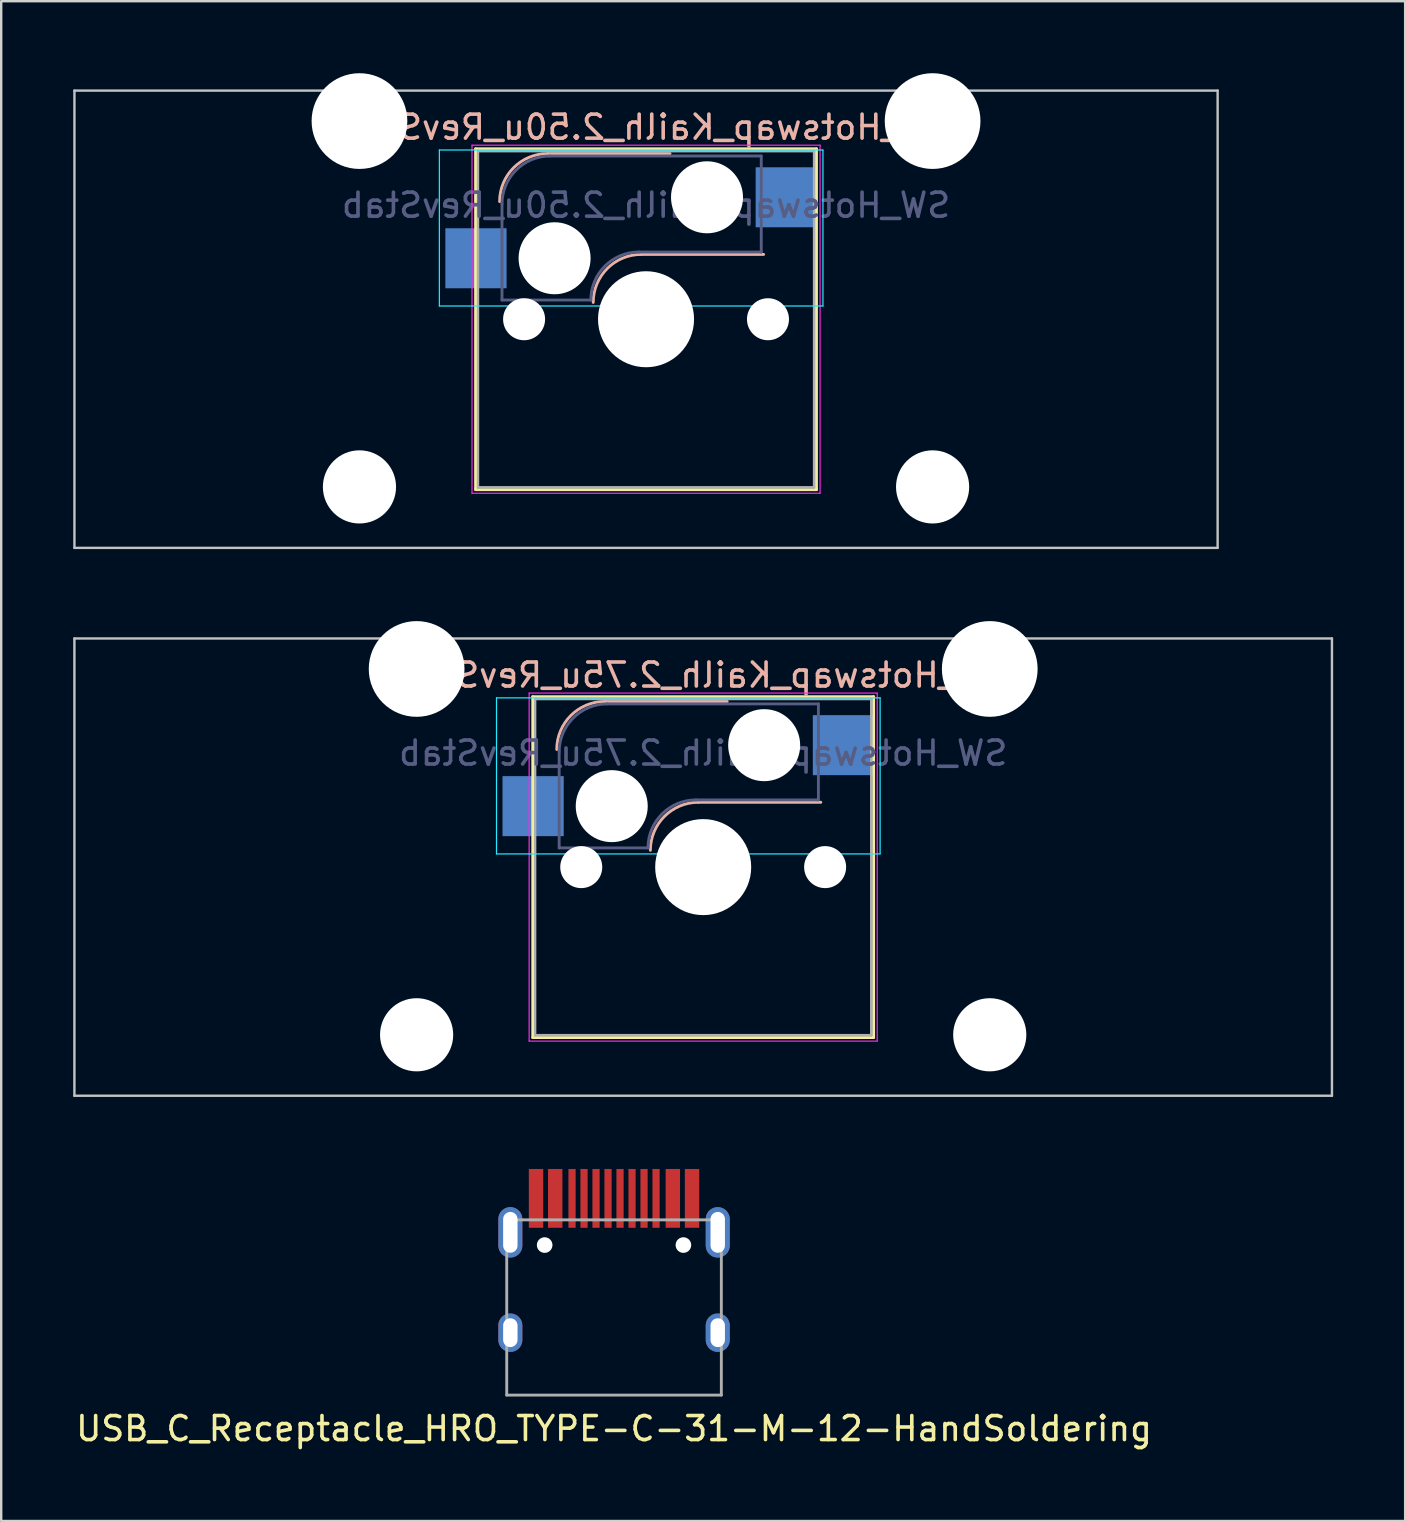
<source format=kicad_pcb>
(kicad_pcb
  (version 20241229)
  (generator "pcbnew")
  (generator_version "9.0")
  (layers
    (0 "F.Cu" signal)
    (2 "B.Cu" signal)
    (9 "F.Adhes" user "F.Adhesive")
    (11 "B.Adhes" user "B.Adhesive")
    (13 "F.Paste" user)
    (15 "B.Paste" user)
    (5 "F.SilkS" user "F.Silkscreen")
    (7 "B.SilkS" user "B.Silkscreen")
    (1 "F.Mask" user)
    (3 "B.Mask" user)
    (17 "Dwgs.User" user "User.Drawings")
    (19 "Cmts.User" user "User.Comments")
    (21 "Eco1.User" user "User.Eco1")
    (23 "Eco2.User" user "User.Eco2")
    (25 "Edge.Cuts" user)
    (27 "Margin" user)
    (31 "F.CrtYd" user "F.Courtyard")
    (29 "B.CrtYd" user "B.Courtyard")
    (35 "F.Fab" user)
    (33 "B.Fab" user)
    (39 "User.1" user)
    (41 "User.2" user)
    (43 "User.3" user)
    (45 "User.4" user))
  (footprint "SW_Hotswap_Kailh_2.50u_RevStab"
    (layer "F.Cu")
    (at 23.863 10.249)
    (property "Reference" "SW_Hotswap_Kailh_2.50u_RevStab" (at 0 -8 0) (layer "B.SilkS") (effects (font (size 1 1) (thickness 0.15)) (justify mirror)))
    (attr smd)
    (fp_line (start -7.1 -7.1) (end -7.1 7.1) (stroke (width 0.12) (type solid)) (layer "F.SilkS"))
    (fp_line (start -7.1 7.1) (end 7.1 7.1) (stroke (width 0.12) (type solid)) (layer "F.SilkS"))
    (fp_line (start 7.1 -7.1) (end -7.1 -7.1) (stroke (width 0.12) (type solid)) (layer "F.SilkS"))
    (fp_line (start 7.1 7.1) (end 7.1 -7.1) (stroke (width 0.12) (type solid)) (layer "F.SilkS"))
    (fp_line (start -4.1 -6.9) (end 1 -6.9) (stroke (width 0.12) (type solid)) (layer "B.SilkS"))
    (fp_line (start -0.2 -2.7) (end 4.9 -2.7) (stroke (width 0.12) (type solid)) (layer "B.SilkS"))
    (fp_arc (start -6.1 -4.9) (mid -5.514214 -6.314214) (end -4.1 -6.9) (stroke (width 0.12) (type solid)) (layer "B.SilkS"))
    (fp_arc (start -2.2 -0.7) (mid -1.614214 -2.114214) (end -0.2 -2.7) (stroke (width 0.12) (type solid)) (layer "B.SilkS"))
    (fp_line (start -23.812 -9.525) (end -23.812 9.525) (stroke (width 0.1) (type solid)) (layer "Dwgs.User"))
    (fp_line (start -23.812 9.525) (end 23.812 9.525) (stroke (width 0.1) (type solid)) (layer "Dwgs.User"))
    (fp_line (start 23.812 -9.525) (end -23.812 -9.525) (stroke (width 0.1) (type solid)) (layer "Dwgs.User"))
    (fp_line (start 23.812 9.525) (end 23.812 -9.525) (stroke (width 0.1) (type solid)) (layer "Dwgs.User"))
    (fp_line (start -8.61 -7.05) (end -8.61 -0.55) (stroke (width 0.05) (type solid)) (layer "B.CrtYd"))
    (fp_line (start -8.61 -0.55) (end 7.37 -0.55) (stroke (width 0.05) (type solid)) (layer "B.CrtYd"))
    (fp_line (start 7.37 -7.05) (end -8.61 -7.05) (stroke (width 0.05) (type solid)) (layer "B.CrtYd"))
    (fp_line (start 7.37 -0.55) (end 7.37 -7.05) (stroke (width 0.05) (type solid)) (layer "B.CrtYd"))
    (fp_line (start -7.25 -7.25) (end -7.25 7.25) (stroke (width 0.05) (type solid)) (layer "F.CrtYd"))
    (fp_line (start -7.25 7.25) (end 7.25 7.25) (stroke (width 0.05) (type solid)) (layer "F.CrtYd"))
    (fp_line (start 7.25 -7.25) (end -7.25 -7.25) (stroke (width 0.05) (type solid)) (layer "F.CrtYd"))
    (fp_line (start 7.25 7.25) (end 7.25 -7.25) (stroke (width 0.05) (type solid)) (layer "F.CrtYd"))
    (fp_line (start -6 -0.8) (end -6 -4.8) (stroke (width 0.12) (type solid)) (layer "B.Fab"))
    (fp_line (start -6 -0.8) (end -2.3 -0.8) (stroke (width 0.12) (type solid)) (layer "B.Fab"))
    (fp_line (start -4 -6.8) (end 4.8 -6.8) (stroke (width 0.12) (type solid)) (layer "B.Fab"))
    (fp_line (start -0.3 -2.8) (end 4.8 -2.8) (stroke (width 0.12) (type solid)) (layer "B.Fab"))
    (fp_line (start 4.8 -6.8) (end 4.8 -2.8) (stroke (width 0.12) (type solid)) (layer "B.Fab"))
    (fp_arc (start -6 -4.8) (mid -5.414214 -6.214214) (end -4 -6.8) (stroke (width 0.12) (type solid)) (layer "B.Fab"))
    (fp_arc (start -2.3 -0.8) (mid -1.714214 -2.214214) (end -0.3 -2.8) (stroke (width 0.12) (type solid)) (layer "B.Fab"))
    (fp_line (start -7 -7) (end -7 7) (stroke (width 0.1) (type solid)) (layer "F.Fab"))
    (fp_line (start -7 7) (end 7 7) (stroke (width 0.1) (type solid)) (layer "F.Fab"))
    (fp_line (start 7 -7) (end -7 -7) (stroke (width 0.1) (type solid)) (layer "F.Fab"))
    (fp_line (start 7 7) (end 7 -7) (stroke (width 0.1) (type solid)) (layer "F.Fab"))
    (fp_text user "${REFERENCE}" (at 0 -4.75 0) (layer "B.Fab") (effects (font (size 1 1) (thickness 0.15)) (justify mirror)))
    (pad "" np_thru_hole circle (at -11.938 -8.255) (size 3.988 3.988) (drill 3.988) (layers "*.Cu" "*.Mask"))
    (pad "" np_thru_hole circle (at -11.938 6.985) (size 3.048 3.048) (drill 3.048) (layers "*.Cu" "*.Mask"))
    (pad "" np_thru_hole circle (at -5.08 0) (size 1.75 1.75) (drill 1.75) (layers "*.Cu" "*.Mask"))
    (pad "" np_thru_hole circle (at -3.81 -2.54) (size 3 3) (drill 3) (layers "*.Cu" "*.Mask"))
    (pad "" np_thru_hole circle (at 0 0) (size 4 4) (drill 4) (layers "*.Cu" "*.Mask"))
    (pad "" np_thru_hole circle (at 2.54 -5.08) (size 3 3) (drill 3) (layers "*.Cu" "*.Mask"))
    (pad "" np_thru_hole circle (at 5.08 0) (size 1.75 1.75) (drill 1.75) (layers "*.Cu" "*.Mask"))
    (pad "" np_thru_hole circle (at 11.938 -8.255) (size 3.988 3.988) (drill 3.988) (layers "*.Cu" "*.Mask"))
    (pad "" np_thru_hole circle (at 11.938 6.985) (size 3.048 3.048) (drill 3.048) (layers "*.Cu" "*.Mask"))
    (pad "1" smd rect (at 5.842 -5.08) (size 2.55 2.5) (layers "B.Cu" "B.Mask" "B.Paste"))
    (pad "2" smd rect (at -7.085 -2.54) (size 2.55 2.5) (layers "B.Cu" "B.Mask" "B.Paste")))
  (footprint "SW_Hotswap_Kailh_2.75u_RevStab"
    (layer "F.Cu")
    (at 26.244 33.073)
    (property "Reference" "SW_Hotswap_Kailh_2.75u_RevStab" (at 0 -8 0) (layer "B.SilkS") (effects (font (size 1 1) (thickness 0.15)) (justify mirror)))
    (attr smd)
    (fp_line (start -7.1 -7.1) (end -7.1 7.1) (stroke (width 0.12) (type solid)) (layer "F.SilkS"))
    (fp_line (start -7.1 7.1) (end 7.1 7.1) (stroke (width 0.12) (type solid)) (layer "F.SilkS"))
    (fp_line (start 7.1 -7.1) (end -7.1 -7.1) (stroke (width 0.12) (type solid)) (layer "F.SilkS"))
    (fp_line (start 7.1 7.1) (end 7.1 -7.1) (stroke (width 0.12) (type solid)) (layer "F.SilkS"))
    (fp_line (start -4.1 -6.9) (end 1 -6.9) (stroke (width 0.12) (type solid)) (layer "B.SilkS"))
    (fp_line (start -0.2 -2.7) (end 4.9 -2.7) (stroke (width 0.12) (type solid)) (layer "B.SilkS"))
    (fp_arc (start -6.1 -4.9) (mid -5.514214 -6.314214) (end -4.1 -6.9) (stroke (width 0.12) (type solid)) (layer "B.SilkS"))
    (fp_arc (start -2.2 -0.7) (mid -1.614214 -2.114214) (end -0.2 -2.7) (stroke (width 0.12) (type solid)) (layer "B.SilkS"))
    (fp_line (start -26.194 -9.525) (end -26.194 9.525) (stroke (width 0.1) (type solid)) (layer "Dwgs.User"))
    (fp_line (start -26.194 9.525) (end 26.194 9.525) (stroke (width 0.1) (type solid)) (layer "Dwgs.User"))
    (fp_line (start 26.194 -9.525) (end -26.194 -9.525) (stroke (width 0.1) (type solid)) (layer "Dwgs.User"))
    (fp_line (start 26.194 9.525) (end 26.194 -9.525) (stroke (width 0.1) (type solid)) (layer "Dwgs.User"))
    (fp_line (start -8.61 -7.05) (end -8.61 -0.55) (stroke (width 0.05) (type solid)) (layer "B.CrtYd"))
    (fp_line (start -8.61 -0.55) (end 7.37 -0.55) (stroke (width 0.05) (type solid)) (layer "B.CrtYd"))
    (fp_line (start 7.37 -7.05) (end -8.61 -7.05) (stroke (width 0.05) (type solid)) (layer "B.CrtYd"))
    (fp_line (start 7.37 -0.55) (end 7.37 -7.05) (stroke (width 0.05) (type solid)) (layer "B.CrtYd"))
    (fp_line (start -7.25 -7.25) (end -7.25 7.25) (stroke (width 0.05) (type solid)) (layer "F.CrtYd"))
    (fp_line (start -7.25 7.25) (end 7.25 7.25) (stroke (width 0.05) (type solid)) (layer "F.CrtYd"))
    (fp_line (start 7.25 -7.25) (end -7.25 -7.25) (stroke (width 0.05) (type solid)) (layer "F.CrtYd"))
    (fp_line (start 7.25 7.25) (end 7.25 -7.25) (stroke (width 0.05) (type solid)) (layer "F.CrtYd"))
    (fp_line (start -6 -0.8) (end -6 -4.8) (stroke (width 0.12) (type solid)) (layer "B.Fab"))
    (fp_line (start -6 -0.8) (end -2.3 -0.8) (stroke (width 0.12) (type solid)) (layer "B.Fab"))
    (fp_line (start -4 -6.8) (end 4.8 -6.8) (stroke (width 0.12) (type solid)) (layer "B.Fab"))
    (fp_line (start -0.3 -2.8) (end 4.8 -2.8) (stroke (width 0.12) (type solid)) (layer "B.Fab"))
    (fp_line (start 4.8 -6.8) (end 4.8 -2.8) (stroke (width 0.12) (type solid)) (layer "B.Fab"))
    (fp_arc (start -6 -4.8) (mid -5.414214 -6.214214) (end -4 -6.8) (stroke (width 0.12) (type solid)) (layer "B.Fab"))
    (fp_arc (start -2.3 -0.8) (mid -1.714214 -2.214214) (end -0.3 -2.8) (stroke (width 0.12) (type solid)) (layer "B.Fab"))
    (fp_line (start -7 -7) (end -7 7) (stroke (width 0.1) (type solid)) (layer "F.Fab"))
    (fp_line (start -7 7) (end 7 7) (stroke (width 0.1) (type solid)) (layer "F.Fab"))
    (fp_line (start 7 -7) (end -7 -7) (stroke (width 0.1) (type solid)) (layer "F.Fab"))
    (fp_line (start 7 7) (end 7 -7) (stroke (width 0.1) (type solid)) (layer "F.Fab"))
    (fp_text user "${REFERENCE}" (at 0 -4.75 0) (layer "B.Fab") (effects (font (size 1 1) (thickness 0.15)) (justify mirror)))
    (pad "" np_thru_hole circle (at -11.938 -8.255) (size 3.988 3.988) (drill 3.988) (layers "*.Cu" "*.Mask"))
    (pad "" np_thru_hole circle (at -11.938 6.985) (size 3.048 3.048) (drill 3.048) (layers "*.Cu" "*.Mask"))
    (pad "" np_thru_hole circle (at -5.08 0) (size 1.75 1.75) (drill 1.75) (layers "*.Cu" "*.Mask"))
    (pad "" np_thru_hole circle (at -3.81 -2.54) (size 3 3) (drill 3) (layers "*.Cu" "*.Mask"))
    (pad "" np_thru_hole circle (at 0 0) (size 4 4) (drill 4) (layers "*.Cu" "*.Mask"))
    (pad "" np_thru_hole circle (at 2.54 -5.08) (size 3 3) (drill 3) (layers "*.Cu" "*.Mask"))
    (pad "" np_thru_hole circle (at 5.08 0) (size 1.75 1.75) (drill 1.75) (layers "*.Cu" "*.Mask"))
    (pad "" np_thru_hole circle (at 11.938 -8.255) (size 3.988 3.988) (drill 3.988) (layers "*.Cu" "*.Mask"))
    (pad "" np_thru_hole circle (at 11.938 6.985) (size 3.048 3.048) (drill 3.048) (layers "*.Cu" "*.Mask"))
    (pad "1" smd rect (at 5.842 -5.08) (size 2.55 2.5) (layers "B.Cu" "B.Mask" "B.Paste"))
    (pad "2" smd rect (at -7.085 -2.54) (size 2.55 2.5) (layers "B.Cu" "B.Mask" "B.Paste")))
  (footprint "USB_C_Receptacle_HRO_TYPE-C-31-M-12-HandSoldering"
    (layer "F.Cu")
    (at 22.53 51.258)
    (property "Reference" "USB_C_Receptacle_HRO_TYPE-C-31-M-12-HandSoldering" (at 0 5.207 180) (layer "F.SilkS") (effects (font (size 1 1) (thickness 0.15))))
    (attr through_hole)
    (fp_line (start -4.47 -3.49) (end 4.47 -3.49) (stroke (width 0.12) (type solid)) (layer "F.Fab"))
    (fp_line (start -4.47 3.81) (end -4.47 -3.49) (stroke (width 0.12) (type solid)) (layer "F.Fab"))
    (fp_line (start 4.47 -3.49) (end 4.47 3.81) (stroke (width 0.12) (type solid)) (layer "F.Fab"))
    (fp_line (start 4.47 3.81) (end -4.47 3.81) (stroke (width 0.12) (type solid)) (layer "F.Fab"))
    (pad "" np_thru_hole circle (at -2.89 -2.44) (size 0.65 0.65) (drill 0.65) (layers "*.Cu" "*.Mask"))
    (pad "" np_thru_hole circle (at 2.89 -2.44) (size 0.65 0.65) (drill 0.65) (layers "*.Cu" "*.Mask"))
    (pad "1" smd rect (at -3.25 -4.385) (size 0.6 2.45) (layers "F.Cu" "F.Mask" "F.Paste"))
    (pad "2" smd rect (at -2.45 -4.385) (size 0.6 2.45) (layers "F.Cu" "F.Mask" "F.Paste"))
    (pad "3" smd rect (at -1.75 -4.385) (size 0.3 2.45) (layers "F.Cu" "F.Mask" "F.Paste"))
    (pad "4" smd rect (at -1.25 -4.385) (size 0.3 2.45) (layers "F.Cu" "F.Mask" "F.Paste"))
    (pad "5" smd rect (at -0.75 -4.385) (size 0.3 2.45) (layers "F.Cu" "F.Mask" "F.Paste"))
    (pad "6" smd rect (at -0.25 -4.385) (size 0.3 2.45) (layers "F.Cu" "F.Mask" "F.Paste"))
    (pad "7" smd rect (at 0.25 -4.385) (size 0.3 2.45) (layers "F.Cu" "F.Mask" "F.Paste"))
    (pad "8" smd rect (at 0.75 -4.385) (size 0.3 2.45) (layers "F.Cu" "F.Mask" "F.Paste"))
    (pad "9" smd rect (at 1.25 -4.385) (size 0.3 2.45) (layers "F.Cu" "F.Mask" "F.Paste"))
    (pad "10" smd rect (at 1.75 -4.385) (size 0.3 2.45) (layers "F.Cu" "F.Mask" "F.Paste"))
    (pad "11" smd rect (at 2.45 -4.385) (size 0.6 2.45) (layers "F.Cu" "F.Mask" "F.Paste"))
    (pad "12" smd rect (at 3.25 -4.385) (size 0.6 2.45) (layers "F.Cu" "F.Mask" "F.Paste"))
    (pad "13" thru_hole oval (at -4.32 -2.97) (size 1 2.1) (drill oval 0.6 1.7) (layers "*.Cu" "*.Mask"))
    (pad "13" thru_hole oval (at -4.32 1.21) (size 1 1.6) (drill oval 0.6 1.2) (layers "*.Cu" "*.Mask"))
    (pad "13" thru_hole oval (at 4.32 -2.97) (size 1 2.1) (drill oval 0.6 1.7) (layers "*.Cu" "*.Mask"))
    (pad "13" thru_hole oval (at 4.32 1.21) (size 1 1.6) (drill oval 0.6 1.2) (layers "*.Cu" "*.Mask")))
  (gr_rect
    (start -3 -3)
    (end 55.487 60.313)
    (stroke (width 0.1) (type default))
    (fill no)
    (layer "Edge.Cuts")))
</source>
